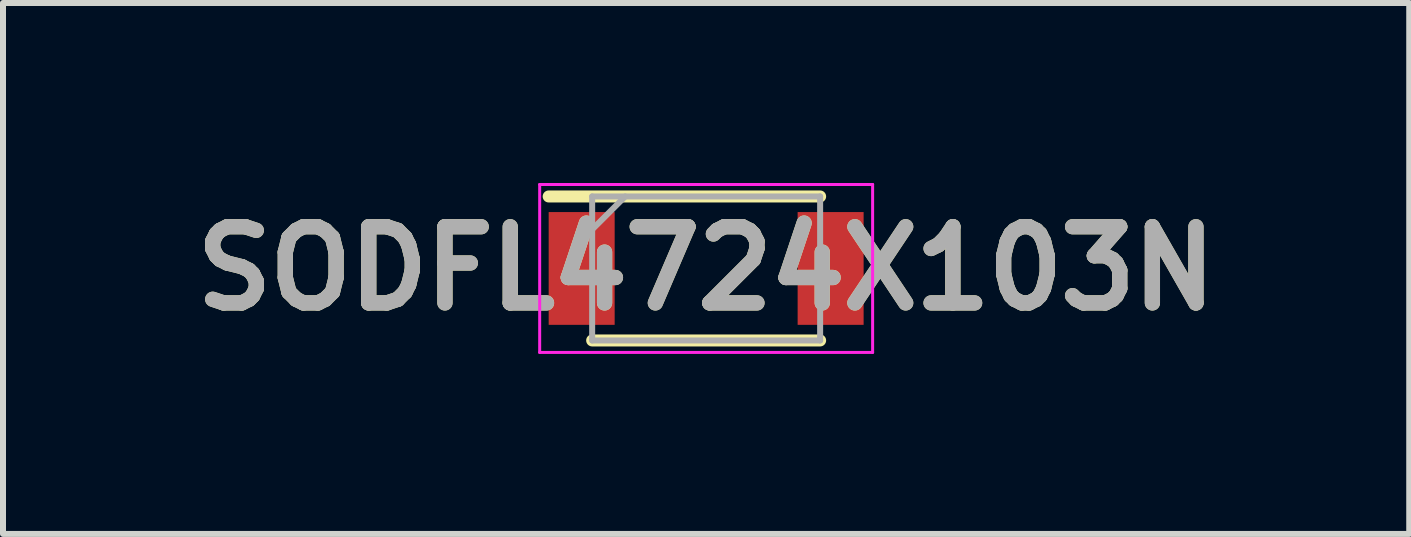
<source format=kicad_pcb>
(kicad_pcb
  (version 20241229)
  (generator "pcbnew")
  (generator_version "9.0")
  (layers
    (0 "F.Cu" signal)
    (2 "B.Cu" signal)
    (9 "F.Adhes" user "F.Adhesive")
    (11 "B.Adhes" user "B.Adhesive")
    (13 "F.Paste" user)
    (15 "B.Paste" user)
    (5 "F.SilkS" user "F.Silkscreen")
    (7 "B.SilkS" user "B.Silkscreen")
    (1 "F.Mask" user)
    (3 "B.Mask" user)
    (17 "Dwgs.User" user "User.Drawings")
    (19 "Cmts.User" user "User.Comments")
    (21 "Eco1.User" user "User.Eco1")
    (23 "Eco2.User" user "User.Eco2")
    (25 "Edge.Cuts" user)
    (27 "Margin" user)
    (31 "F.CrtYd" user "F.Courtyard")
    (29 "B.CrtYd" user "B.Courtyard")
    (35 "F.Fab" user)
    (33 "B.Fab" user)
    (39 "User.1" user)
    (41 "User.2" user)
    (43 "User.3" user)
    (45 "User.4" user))
  (footprint "SODFL4724X103N"
    (layer "F.Cu")
    (at 8.721 1.425)
    (property "Reference" "SODFL4724X103N" (at 0 0 0) (layer "F.SilkS") (effects (font (size 1.27 1.27) (thickness 0.254))))
    (attr smd)
    (fp_line (start -2.625 -1.2) (end 1.9 -1.2) (stroke (width 0.2) (type solid)) (layer "F.SilkS"))
    (fp_line (start -1.9 1.2) (end 1.9 1.2) (stroke (width 0.2) (type solid)) (layer "F.SilkS"))
    (fp_line (start -2.775 -1.4) (end 2.775 -1.4) (stroke (width 0.05) (type solid)) (layer "F.CrtYd"))
    (fp_line (start -2.775 1.4) (end -2.775 -1.4) (stroke (width 0.05) (type solid)) (layer "F.CrtYd"))
    (fp_line (start 2.775 -1.4) (end 2.775 1.4) (stroke (width 0.05) (type solid)) (layer "F.CrtYd"))
    (fp_line (start 2.775 1.4) (end -2.775 1.4) (stroke (width 0.05) (type solid)) (layer "F.CrtYd"))
    (fp_line (start -1.9 -1.2) (end 1.9 -1.2) (stroke (width 0.1) (type solid)) (layer "F.Fab"))
    (fp_line (start -1.9 -0.65) (end -1.35 -1.2) (stroke (width 0.1) (type solid)) (layer "F.Fab"))
    (fp_line (start -1.9 1.2) (end -1.9 -1.2) (stroke (width 0.1) (type solid)) (layer "F.Fab"))
    (fp_line (start 1.9 -1.2) (end 1.9 1.2) (stroke (width 0.1) (type solid)) (layer "F.Fab"))
    (fp_line (start 1.9 1.2) (end -1.9 1.2) (stroke (width 0.1) (type solid)) (layer "F.Fab"))
    (fp_text user "${REFERENCE}" (at 0 0 0) (layer "F.Fab") (effects (font (size 1.27 1.27) (thickness 0.254))))
    (pad "1" smd rect (at -2.075 0) (size 1.1 1.88) (layers "F.Cu" "F.Mask" "F.Paste"))
    (pad "2" smd rect (at 2.075 0) (size 1.1 1.88) (layers "F.Cu" "F.Mask" "F.Paste")))
  (gr_rect
    (start -3 -3)
    (end 20.441 5.85)
    (stroke (width 0.1) (type default))
    (fill no)
    (layer "Edge.Cuts")))
</source>
